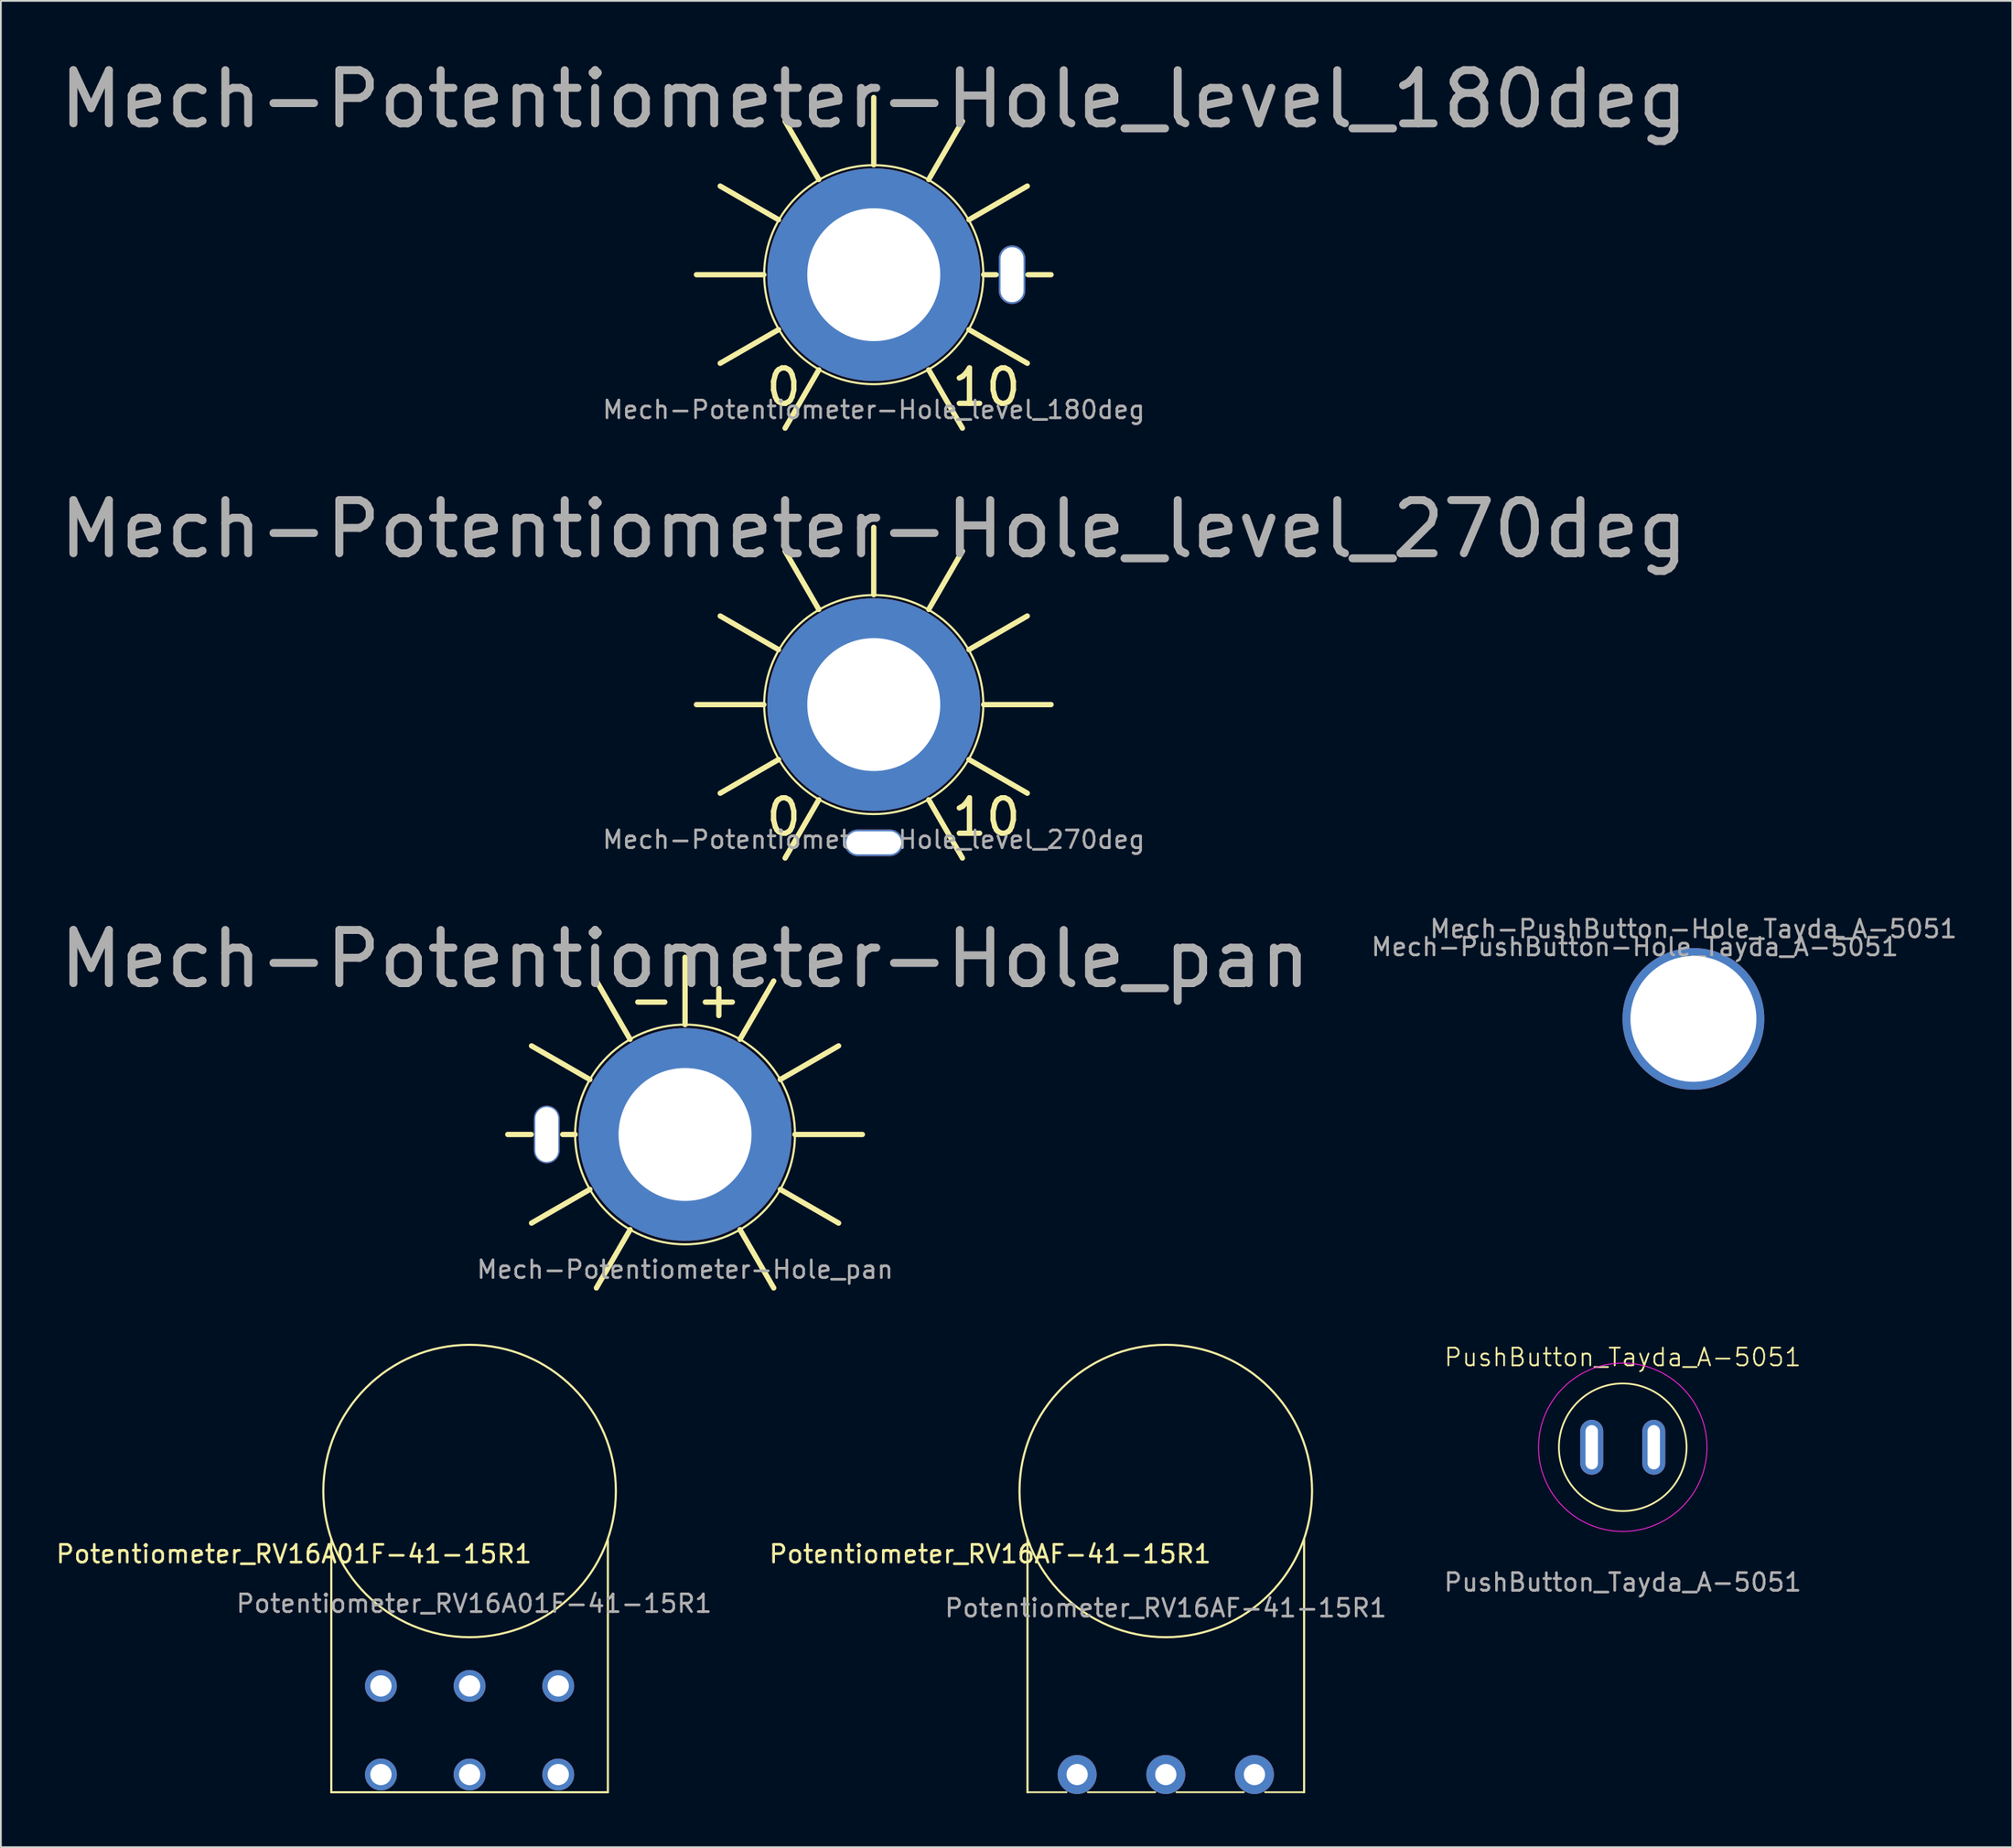
<source format=kicad_pcb>
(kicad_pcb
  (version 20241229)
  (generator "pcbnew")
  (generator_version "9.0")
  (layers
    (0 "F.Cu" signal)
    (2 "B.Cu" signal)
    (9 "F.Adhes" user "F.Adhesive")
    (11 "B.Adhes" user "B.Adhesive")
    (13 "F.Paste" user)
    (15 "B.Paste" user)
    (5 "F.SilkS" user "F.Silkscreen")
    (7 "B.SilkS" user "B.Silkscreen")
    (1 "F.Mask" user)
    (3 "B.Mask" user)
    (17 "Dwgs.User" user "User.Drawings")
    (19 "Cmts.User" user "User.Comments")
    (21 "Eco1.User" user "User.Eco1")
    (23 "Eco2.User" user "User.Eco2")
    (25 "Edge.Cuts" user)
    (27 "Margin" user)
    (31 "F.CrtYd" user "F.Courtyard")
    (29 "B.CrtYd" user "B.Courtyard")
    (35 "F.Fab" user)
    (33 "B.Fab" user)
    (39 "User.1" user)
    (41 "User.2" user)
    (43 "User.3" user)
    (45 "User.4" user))
  (footprint "Mech-Potentiometer-Hole_pan"
    (layer "F.Cu")
    (at 35.589 60.972)
    (property "Reference" "Mech-Potentiometer-Hole_pan" (at 0 -9.906 0) (unlocked yes) (layer "F.Fab") (effects (font (size 3 3) (thickness 0.45))))
    (attr through_hole)
    (fp_line (start -8.68 0) (end -10 0) (stroke (width 0.3) (type solid)) (layer "F.SilkS"))
    (fp_line (start -6.2 0) (end -6.9 0) (stroke (width 0.3) (type solid)) (layer "F.SilkS"))
    (fp_line (start -5.37 -3.1) (end -8.66 -5) (stroke (width 0.3) (type solid)) (layer "F.SilkS"))
    (fp_line (start -5.37 3.1) (end -8.66 5) (stroke (width 0.3) (type solid)) (layer "F.SilkS"))
    (fp_line (start -3.1 -5.37) (end -5 -8.66) (stroke (width 0.3) (type solid)) (layer "F.SilkS"))
    (fp_line (start -3.1 5.37) (end -5 8.66) (stroke (width 0.3) (type solid)) (layer "F.SilkS"))
    (fp_line (start 0 -6.2) (end 0 -10) (stroke (width 0.3) (type solid)) (layer "F.SilkS"))
    (fp_line (start 3.1 -5.37) (end 5 -8.66) (stroke (width 0.3) (type solid)) (layer "F.SilkS"))
    (fp_line (start 3.1 5.37) (end 5 8.66) (stroke (width 0.3) (type solid)) (layer "F.SilkS"))
    (fp_line (start 5.37 -3.1) (end 8.66 -5) (stroke (width 0.3) (type solid)) (layer "F.SilkS"))
    (fp_line (start 5.37 3.1) (end 8.66 5) (stroke (width 0.3) (type solid)) (layer "F.SilkS"))
    (fp_line (start 6.2 0) (end 10 0) (stroke (width 0.3) (type solid)) (layer "F.SilkS"))
    (fp_circle (center 0 0) (end 6.2 0) (stroke (width 0.12) (type solid)) (fill no) (layer "F.SilkS"))
    (fp_text user "-" (at -1.905 -7.62 0) (unlocked yes) (layer "F.SilkS") (effects (font (size 2 2) (thickness 0.3))))
    (fp_text user "+" (at 1.905 -7.62 0) (unlocked yes) (layer "F.SilkS") (effects (font (size 2 2) (thickness 0.3))))
    (fp_text user "${REFERENCE}" (at 0 7.62 0) (unlocked yes) (layer "F.Fab") (effects (font (size 1 1) (thickness 0.15))))
    (pad "" thru_hole oval (at -7.8 0) (size 1.45 3.25) (drill oval 1.3 3.1) (layers "*.Cu" "*.Mask"))
    (pad "1" thru_hole circle (at 0 0) (size 12 12) (drill 7.5) (layers "*.Cu" "*.Mask")))
  (footprint "Mech-Potentiometer-Hole_level_180deg"
    (layer "F.Cu")
    (at 46.232 12.451)
    (property "Reference" "Mech-Potentiometer-Hole_level_180deg" (at 0 -9.906 0) (unlocked yes) (layer "F.Fab") (effects (font (size 3 3) (thickness 0.45))))
    (attr through_hole)
    (fp_line (start -6.2 0) (end -10 0) (stroke (width 0.3) (type solid)) (layer "F.SilkS"))
    (fp_line (start -5.37 -3.1) (end -8.66 -5) (stroke (width 0.3) (type solid)) (layer "F.SilkS"))
    (fp_line (start -5.37 3.1) (end -8.66 5) (stroke (width 0.3) (type solid)) (layer "F.SilkS"))
    (fp_line (start -3.1 -5.37) (end -5 -8.66) (stroke (width 0.3) (type solid)) (layer "F.SilkS"))
    (fp_line (start -3.1 5.37) (end -5 8.66) (stroke (width 0.3) (type solid)) (layer "F.SilkS"))
    (fp_line (start 0 -6.2) (end 0 -10) (stroke (width 0.3) (type solid)) (layer "F.SilkS"))
    (fp_line (start 3.1 -5.37) (end 5 -8.66) (stroke (width 0.3) (type solid)) (layer "F.SilkS"))
    (fp_line (start 3.1 5.37) (end 5 8.66) (stroke (width 0.3) (type solid)) (layer "F.SilkS"))
    (fp_line (start 5.37 -3.1) (end 8.66 -5) (stroke (width 0.3) (type solid)) (layer "F.SilkS"))
    (fp_line (start 5.37 3.1) (end 8.66 5) (stroke (width 0.3) (type solid)) (layer "F.SilkS"))
    (fp_line (start 6.2 0) (end 6.9 0) (stroke (width 0.3) (type solid)) (layer "F.SilkS"))
    (fp_line (start 8.7 0) (end 10 0) (stroke (width 0.3) (type solid)) (layer "F.SilkS"))
    (fp_circle (center 0 0) (end 6.18 0) (stroke (width 0.12) (type solid)) (fill no) (layer "F.SilkS"))
    (fp_text user "10" (at 6.35 6.35 0) (unlocked yes) (layer "F.SilkS") (effects (font (size 2 2) (thickness 0.3))))
    (fp_text user "0" (at -5.08 6.35 0) (unlocked yes) (layer "F.SilkS") (effects (font (size 2 2) (thickness 0.3))))
    (fp_text user "${REFERENCE}" (at 0 7.62 0) (unlocked yes) (layer "F.Fab") (effects (font (size 1 1) (thickness 0.15))))
    (pad "" thru_hole oval (at 7.8 0) (size 1.5 3.3) (drill oval 1.3 3.1) (layers "*.Cu" "*.Mask"))
    (pad "1" thru_hole circle (at 0 0) (size 12 12) (drill 7.5) (layers "*.Cu" "*.Mask")))
  (footprint "Mech-Potentiometer-Hole_level_270deg"
    (layer "F.Cu")
    (at 46.232 36.712)
    (property "Reference" "Mech-Potentiometer-Hole_level_270deg" (at 0 -9.906 0) (unlocked yes) (layer "F.Fab") (effects (font (size 3 3) (thickness 0.45))))
    (attr through_hole)
    (fp_line (start -6.2 0) (end -10 0) (stroke (width 0.3) (type solid)) (layer "F.SilkS"))
    (fp_line (start -5.37 -3.1) (end -8.66 -5) (stroke (width 0.3) (type solid)) (layer "F.SilkS"))
    (fp_line (start -5.37 3.1) (end -8.66 5) (stroke (width 0.3) (type solid)) (layer "F.SilkS"))
    (fp_line (start -3.1 -5.37) (end -5 -8.66) (stroke (width 0.3) (type solid)) (layer "F.SilkS"))
    (fp_line (start -3.1 5.37) (end -5 8.66) (stroke (width 0.3) (type solid)) (layer "F.SilkS"))
    (fp_line (start 0 -6.2) (end 0 -10) (stroke (width 0.3) (type solid)) (layer "F.SilkS"))
    (fp_line (start 3.1 -5.37) (end 5 -8.66) (stroke (width 0.3) (type solid)) (layer "F.SilkS"))
    (fp_line (start 3.1 5.37) (end 5 8.66) (stroke (width 0.3) (type solid)) (layer "F.SilkS"))
    (fp_line (start 5.37 -3.1) (end 8.66 -5) (stroke (width 0.3) (type solid)) (layer "F.SilkS"))
    (fp_line (start 5.37 3.1) (end 8.66 5) (stroke (width 0.3) (type solid)) (layer "F.SilkS"))
    (fp_line (start 6.2 0) (end 10 0) (stroke (width 0.3) (type solid)) (layer "F.SilkS"))
    (fp_circle (center 0 0) (end 6.18 0) (stroke (width 0.12) (type solid)) (fill no) (layer "F.SilkS"))
    (fp_text user "0" (at -5.08 6.35 0) (unlocked yes) (layer "F.SilkS") (effects (font (size 2 2) (thickness 0.3))))
    (fp_text user "10" (at 6.35 6.35 0) (unlocked yes) (layer "F.SilkS") (effects (font (size 2 2) (thickness 0.3))))
    (fp_text user "${REFERENCE}" (at 0 7.62 0) (unlocked yes) (layer "F.Fab") (effects (font (size 1 1) (thickness 0.15))))
    (pad "" thru_hole oval (at 0 7.8) (size 3.3 1.5) (drill oval 3.1 1.3) (layers "*.Cu" "*.Mask"))
    (pad "1" thru_hole circle (at 0 0) (size 12 12) (drill 7.5) (layers "*.Cu" "*.Mask")))
  (footprint "Mech-PushButton-Hole_Tayda_A-5051"
    (layer "F.Cu")
    (at 92.463 54.45)
    (property "Reference" "Mech-PushButton-Hole_Tayda_A-5051" (at -3.302 -4.064 0) (unlocked yes) (layer "F.Fab") (effects (font (size 1 1) (thickness 0.15))))
    (attr through_hole)
    (fp_text user "${REFERENCE}" (at 0 -5.08 0) (unlocked yes) (layer "F.Fab") (effects (font (size 1 1) (thickness 0.15))))
    (pad "1" thru_hole circle (at 0 0 90) (size 8 8) (drill 7.1) (layers "*.Cu" "*.Mask")))
  (footprint "Potentiometer_RV16AF-41-15R1"
    (layer "F.Cu")
    (at 62.703 81.092)
    (property "Reference" "Potentiometer_RV16AF-41-15R1" (at -9.906 3.556 0) (unlocked yes) (layer "F.SilkS") (effects (font (size 1 1) (thickness 0.15))))
    (attr through_hole)
    (fp_line (start -7.8 2.75) (end -7.8 17) (stroke (width 0.12) (type solid)) (layer "F.SilkS"))
    (fp_line (start -5.6 17) (end -7.8 17) (stroke (width 0.1) (type default)) (layer "F.SilkS"))
    (fp_line (start -4.4 17) (end -0.6 17) (stroke (width 0.1) (type default)) (layer "F.SilkS"))
    (fp_line (start 0.6 17) (end 4.4 17) (stroke (width 0.1) (type default)) (layer "F.SilkS"))
    (fp_line (start 5.6 17) (end 7.8 17) (stroke (width 0.1) (type default)) (layer "F.SilkS"))
    (fp_line (start 7.8 17) (end 7.8 2.75) (stroke (width 0.12) (type solid)) (layer "F.SilkS"))
    (fp_circle (center 0 0) (end 8.25 0) (stroke (width 0.12) (type solid)) (fill no) (layer "F.SilkS"))
    (fp_text user "${REFERENCE}" (at 0 6.604 0) (unlocked yes) (layer "F.Fab") (effects (font (size 1 1) (thickness 0.15))))
    (pad "1" thru_hole circle (at -5 16) (size 2.2 2.2) (drill 1.2) (layers "*.Cu" "*.Mask"))
    (pad "2" thru_hole circle (at 0 16) (size 2.2 2.2) (drill 1.2) (layers "*.Cu" "*.Mask"))
    (pad "3" thru_hole circle (at 5 16) (size 2.2 2.2) (drill 1.2) (layers "*.Cu" "*.Mask")))
  (footprint "PushButton_Tayda_A-5051"
    (layer "F.Cu")
    (at 88.477 78.623)
    (property "Reference" "PushButton_Tayda_A-5051" (at 0 -5.08 0) (unlocked yes) (layer "F.SilkS") (effects (font (size 1 1) (thickness 0.1))))
    (attr through_hole)
    (fp_circle (center 0 0) (end 3.6 0) (stroke (width 0.1) (type default)) (fill no) (layer "F.SilkS"))
    (fp_circle (center 0 0) (end 4.75 0) (stroke (width 0.05) (type default)) (fill no) (layer "F.CrtYd"))
    (fp_text user "${REFERENCE}" (at 0 7.62 0) (unlocked yes) (layer "F.Fab") (effects (font (size 1 1) (thickness 0.15))))
    (pad "1" thru_hole oval (at -1.75 0) (size 1.3 3.1) (drill oval 0.7 2.5) (layers "*.Cu" "*.Mask"))
    (pad "2" thru_hole oval (at 1.75 0) (size 1.3 3.1) (drill oval 0.7 2.5) (layers "*.Cu" "*.Mask")))
  (footprint "Potentiometer_RV16A01F-41-15R1"
    (layer "F.Cu")
    (at 23.436 81.092)
    (property "Reference" "Potentiometer_RV16A01F-41-15R1" (at -9.906 3.556 0) (unlocked yes) (layer "F.SilkS") (effects (font (size 1 1) (thickness 0.15))))
    (attr through_hole)
    (fp_line (start -7.8 2.75) (end -7.8 17) (stroke (width 0.12) (type solid)) (layer "F.SilkS"))
    (fp_line (start -7.8 17) (end 7.8 17) (stroke (width 0.12) (type solid)) (layer "F.SilkS"))
    (fp_line (start 7.8 17) (end 7.8 2.75) (stroke (width 0.12) (type solid)) (layer "F.SilkS"))
    (fp_circle (center 0 0) (end 8.25 0) (stroke (width 0.12) (type solid)) (fill no) (layer "F.SilkS"))
    (fp_text user "${REFERENCE}" (at 0.254 6.35 0) (unlocked yes) (layer "F.Fab") (effects (font (size 1 1) (thickness 0.15))))
    (pad "1" thru_hole circle (at -5 16) (size 1.8 1.8) (drill 1.2) (layers "*.Cu" "*.Mask"))
    (pad "2" thru_hole circle (at 0 16) (size 1.8 1.8) (drill 1.2) (layers "*.Cu" "*.Mask"))
    (pad "3" thru_hole circle (at 5 16) (size 1.8 1.8) (drill 1.2) (layers "*.Cu" "*.Mask"))
    (pad "4" thru_hole circle (at -5 11) (size 1.8 1.8) (drill 1.2) (layers "*.Cu" "*.Mask"))
    (pad "5" thru_hole circle (at 0 11) (size 1.8 1.8) (drill 1.2) (layers "*.Cu" "*.Mask"))
    (pad "6" thru_hole circle (at 5 11) (size 1.8 1.8) (drill 1.2) (layers "*.Cu" "*.Mask")))
  (gr_rect
    (start -3 -3)
    (end 110.445 101.192)
    (stroke (width 0.1) (type default))
    (fill no)
    (layer "Edge.Cuts")))
</source>
